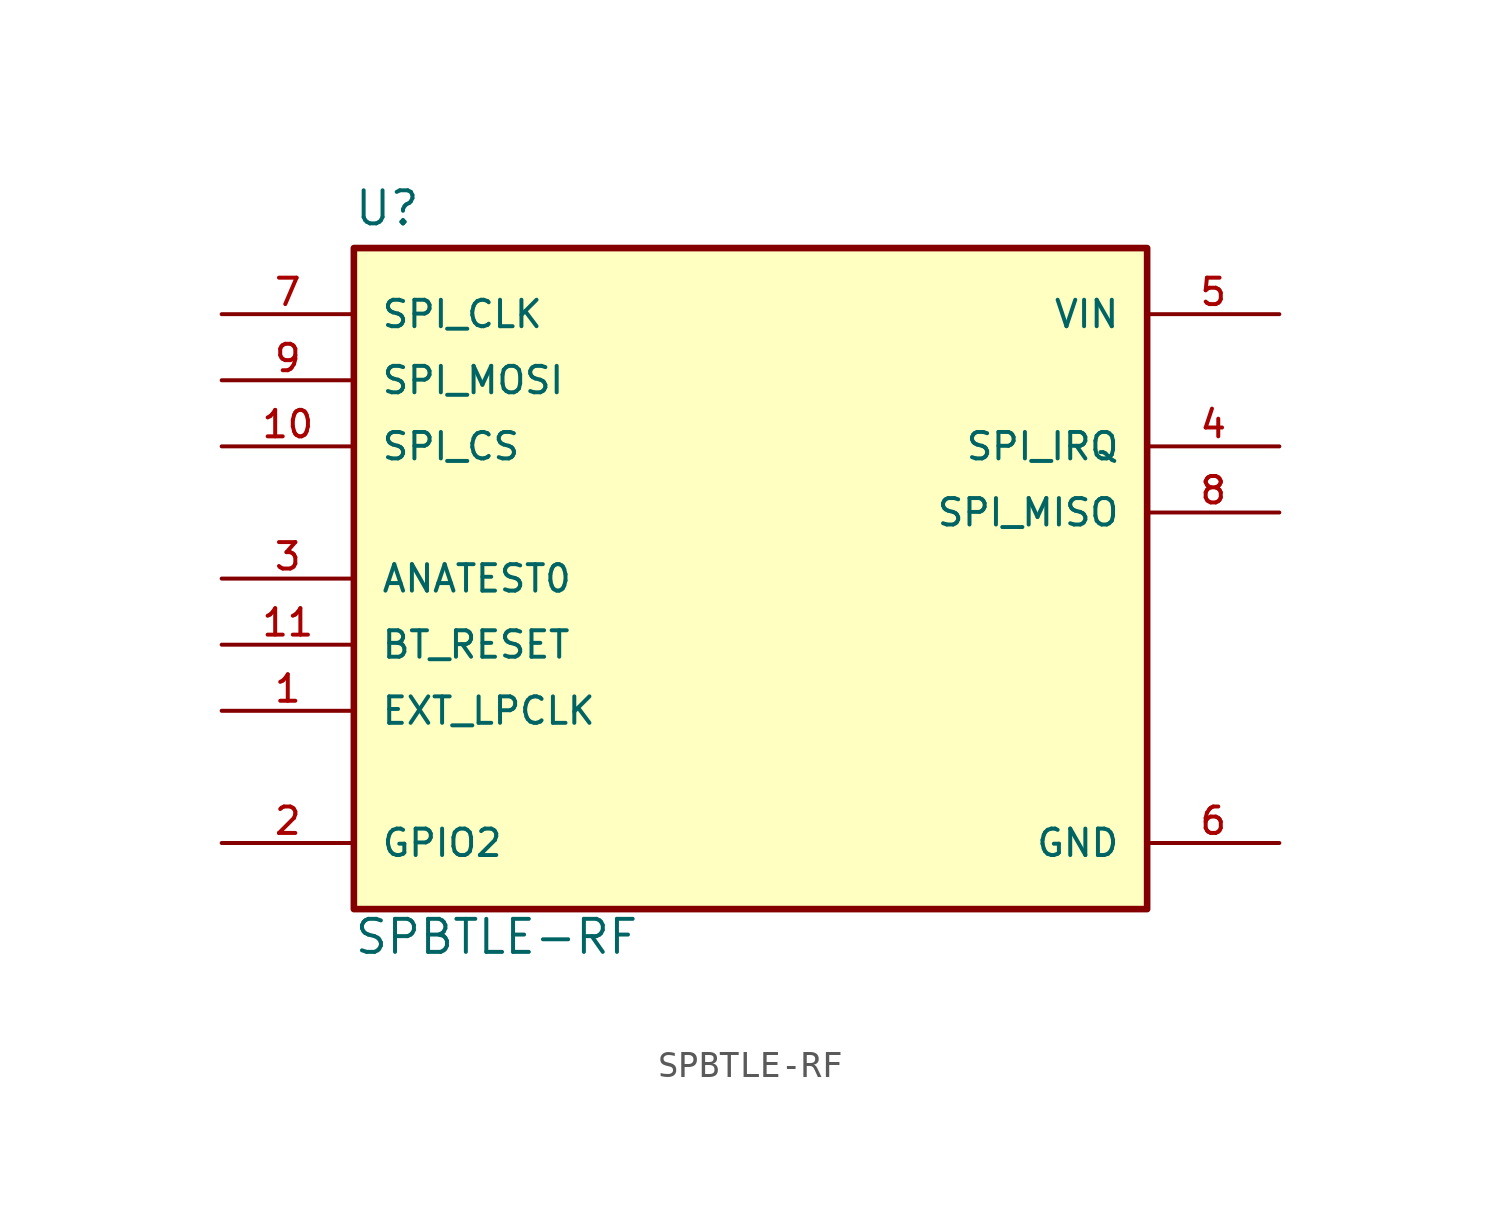
<source format=kicad_sym>
(kicad_symbol_lib
  (version 20211014)
  (generator kicad_symbol_editor)
  (symbol "SPBTLE-RF"
    (pin_names
      (offset 1.016))
    (property "Reference" "U"
      (at -15.267 13.486 0)
      (effects (font (size 1.27 1.27)) (justify bottom left)))
    (property "Value" "SPBTLE-RF"
      (at -15.271 -14.507 0)
      (effects (font (size 1.27 1.27)) (justify bottom left)))
    (symbol "SPBTLE-RF_0_0"
      (rectangle (start -15.24 -12.7) (end 15.24 12.7) (stroke (width 0.254)) (fill (type background)))
      (pin output line (at 20.32 5.08 180.0) (length 5.08) (name "SPI_IRQ" (effects (font (size 1.016 1.016)))) (number "4" (effects (font (size 1.016 1.016)))))
      (pin input line (at -20.32 10.16 0) (length 5.08) (name "SPI_CLK" (effects (font (size 1.016 1.016)))) (number "7" (effects (font (size 1.016 1.016)))))
      (pin output line (at 20.32 2.54 180.0) (length 5.08) (name "SPI_MISO" (effects (font (size 1.016 1.016)))) (number "8" (effects (font (size 1.016 1.016)))))
      (pin input line (at -20.32 7.62 0) (length 5.08) (name "SPI_MOSI" (effects (font (size 1.016 1.016)))) (number "9" (effects (font (size 1.016 1.016)))))
      (pin input line (at -20.32 5.08 0) (length 5.08) (name "SPI_CS" (effects (font (size 1.016 1.016)))) (number "10" (effects (font (size 1.016 1.016)))))
      (pin power_in line (at 20.32 10.16 180.0) (length 5.08) (name "VIN" (effects (font (size 1.016 1.016)))) (number "5" (effects (font (size 1.016 1.016)))))
      (pin power_in line (at 20.32 -10.16 180.0) (length 5.08) (name "GND" (effects (font (size 1.016 1.016)))) (number "6" (effects (font (size 1.016 1.016)))))
      (pin input line (at -20.32 -2.54 0) (length 5.08) (name "BT_RESET" (effects (font (size 1.016 1.016)))) (number "11" (effects (font (size 1.016 1.016)))))
      (pin input line (at -20.32 -5.08 0) (length 5.08) (name "EXT_LPCLK" (effects (font (size 1.016 1.016)))) (number "1" (effects (font (size 1.016 1.016)))))
      (pin bidirectional line (at -20.32 -10.16 0) (length 5.08) (name "GPIO2" (effects (font (size 1.016 1.016)))) (number "2" (effects (font (size 1.016 1.016)))))
      (pin input line (at -20.32 0.0 0) (length 5.08) (name "ANATEST0" (effects (font (size 1.016 1.016)))) (number "3" (effects (font (size 1.016 1.016))))))))
</source>
